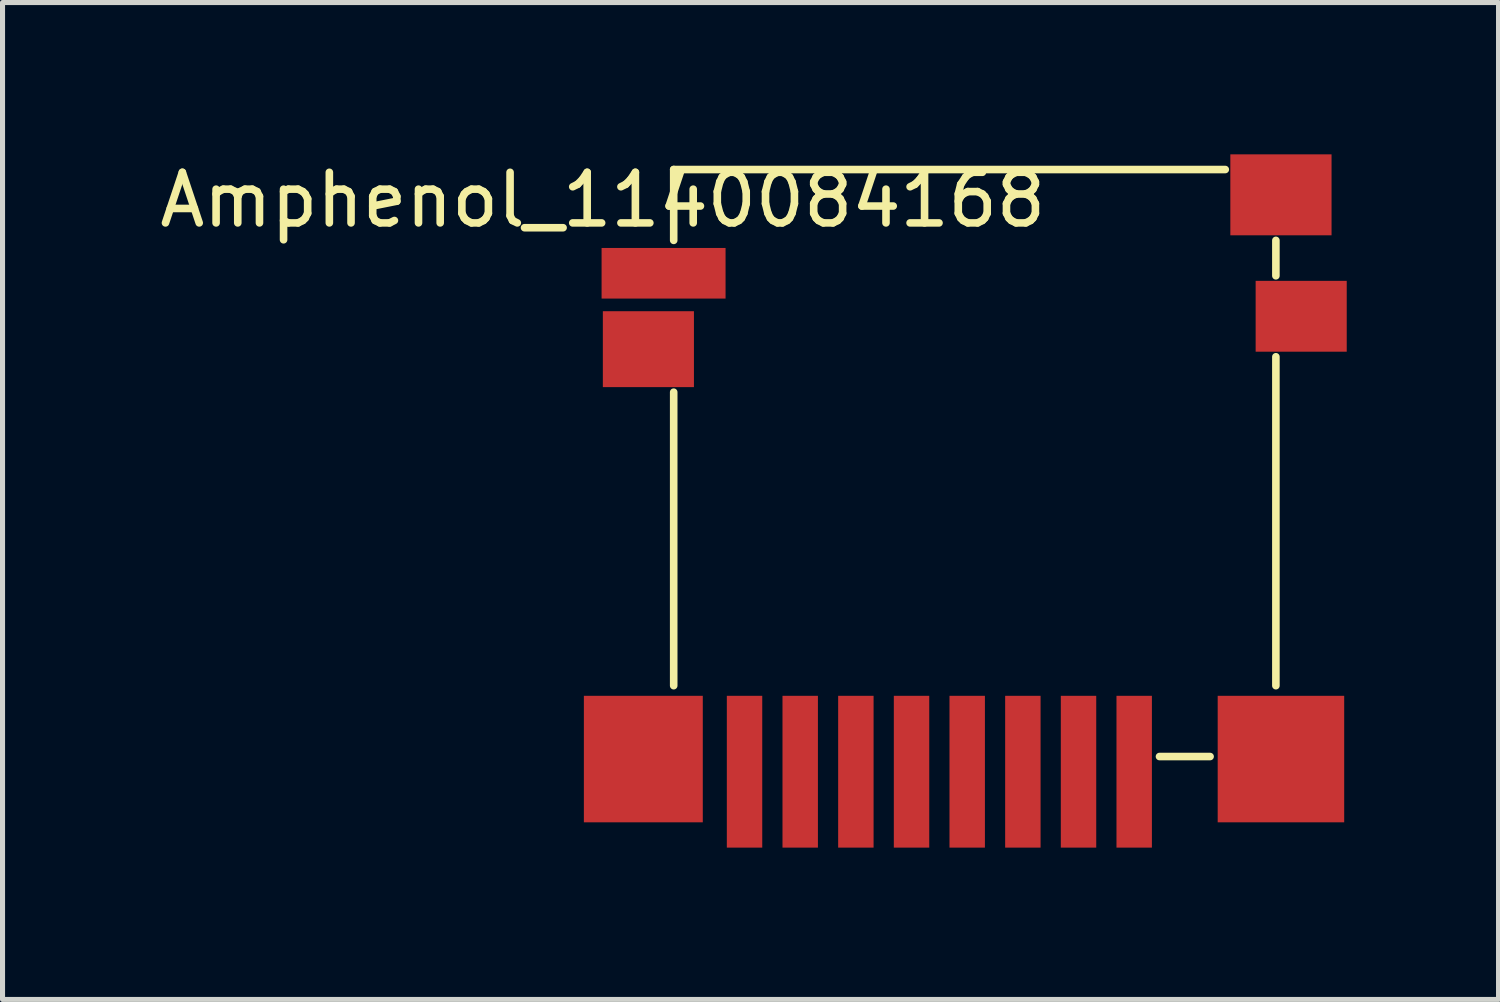
<source format=kicad_pcb>
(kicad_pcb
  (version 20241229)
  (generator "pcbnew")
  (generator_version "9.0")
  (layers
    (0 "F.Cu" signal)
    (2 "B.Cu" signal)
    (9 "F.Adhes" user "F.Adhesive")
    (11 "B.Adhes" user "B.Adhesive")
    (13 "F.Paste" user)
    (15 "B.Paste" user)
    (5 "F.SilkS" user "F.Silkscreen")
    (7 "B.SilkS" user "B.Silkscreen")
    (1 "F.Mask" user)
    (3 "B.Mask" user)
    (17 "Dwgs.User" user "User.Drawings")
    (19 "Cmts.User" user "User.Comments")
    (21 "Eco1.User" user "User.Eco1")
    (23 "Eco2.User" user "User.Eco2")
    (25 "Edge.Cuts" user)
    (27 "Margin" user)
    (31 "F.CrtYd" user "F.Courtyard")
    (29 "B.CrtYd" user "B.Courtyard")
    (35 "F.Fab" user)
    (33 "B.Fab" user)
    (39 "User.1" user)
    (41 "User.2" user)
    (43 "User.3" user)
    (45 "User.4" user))
  (footprint "Amphenol_1140084168"
    (layer "F.Cu")
    (at 11.663 10.7)
    (property "Reference" "Amphenol_1140084168" (at -2.8 -9.8 0) (layer "F.SilkS") (effects (font (size 1 1) (thickness 0.15))))
    (attr through_hole)
    (fp_line (start -1.4 -10.4) (end -1.4 -9) (stroke (width 0.15) (type solid)) (layer "F.SilkS"))
    (fp_line (start -1.4 -6) (end -1.4 -0.2) (stroke (width 0.15) (type solid)) (layer "F.SilkS"))
    (fp_line (start 9.2 1.2) (end 8.2 1.2) (stroke (width 0.15) (type solid)) (layer "F.SilkS"))
    (fp_line (start 9.5 -10.4) (end -1.4 -10.4) (stroke (width 0.15) (type solid)) (layer "F.SilkS"))
    (fp_line (start 10.5 -8.3) (end 10.5 -9) (stroke (width 0.15) (type solid)) (layer "F.SilkS"))
    (fp_line (start 10.5 -6.7) (end 10.5 -0.2) (stroke (width 0.15) (type solid)) (layer "F.SilkS"))
    (pad "1" smd rect (at 7.7 1.5) (size 0.7 3) (layers "F.Cu" "F.Mask" "F.Paste"))
    (pad "2" smd rect (at 6.6 1.5) (size 0.7 3) (layers "F.Cu" "F.Mask" "F.Paste"))
    (pad "3" smd rect (at 5.5 1.5) (size 0.7 3) (layers "F.Cu" "F.Mask" "F.Paste"))
    (pad "4" smd rect (at 4.4 1.5) (size 0.7 3) (layers "F.Cu" "F.Mask" "F.Paste"))
    (pad "5" smd rect (at 3.3 1.5) (size 0.7 3) (layers "F.Cu" "F.Mask" "F.Paste"))
    (pad "6" smd rect (at 2.2 1.5) (size 0.7 3) (layers "F.Cu" "F.Mask" "F.Paste"))
    (pad "7" smd rect (at 1.1 1.5) (size 0.7 3) (layers "F.Cu" "F.Mask" "F.Paste"))
    (pad "8" smd rect (at 0 1.5) (size 0.7 3) (layers "F.Cu" "F.Mask" "F.Paste"))
    (pad "9" smd rect (at -2 1.25) (size 2.35 2.5) (layers "F.Cu" "F.Mask" "F.Paste"))
    (pad "9" smd rect (at -1.9 -6.85) (size 1.8 1.5) (layers "F.Cu" "F.Mask" "F.Paste"))
    (pad "9" smd rect (at 10.6 1.25) (size 2.5 2.5) (layers "F.Cu" "F.Mask" "F.Paste"))
    (pad "9" smd rect (at 11 -7.5) (size 1.8 1.4) (layers "F.Cu" "F.Mask" "F.Paste"))
    (pad "10" smd rect (at -1.6 -8.35) (size 2.45 1) (layers "F.Cu" "F.Mask" "F.Paste"))
    (pad "11" smd rect (at 10.6 -9.9) (size 2 1.6) (layers "F.Cu" "F.Mask" "F.Paste")))
  (gr_rect
    (start -3 -3)
    (end 26.563 16.7)
    (stroke (width 0.1) (type default))
    (fill no)
    (layer "Edge.Cuts")))
</source>
